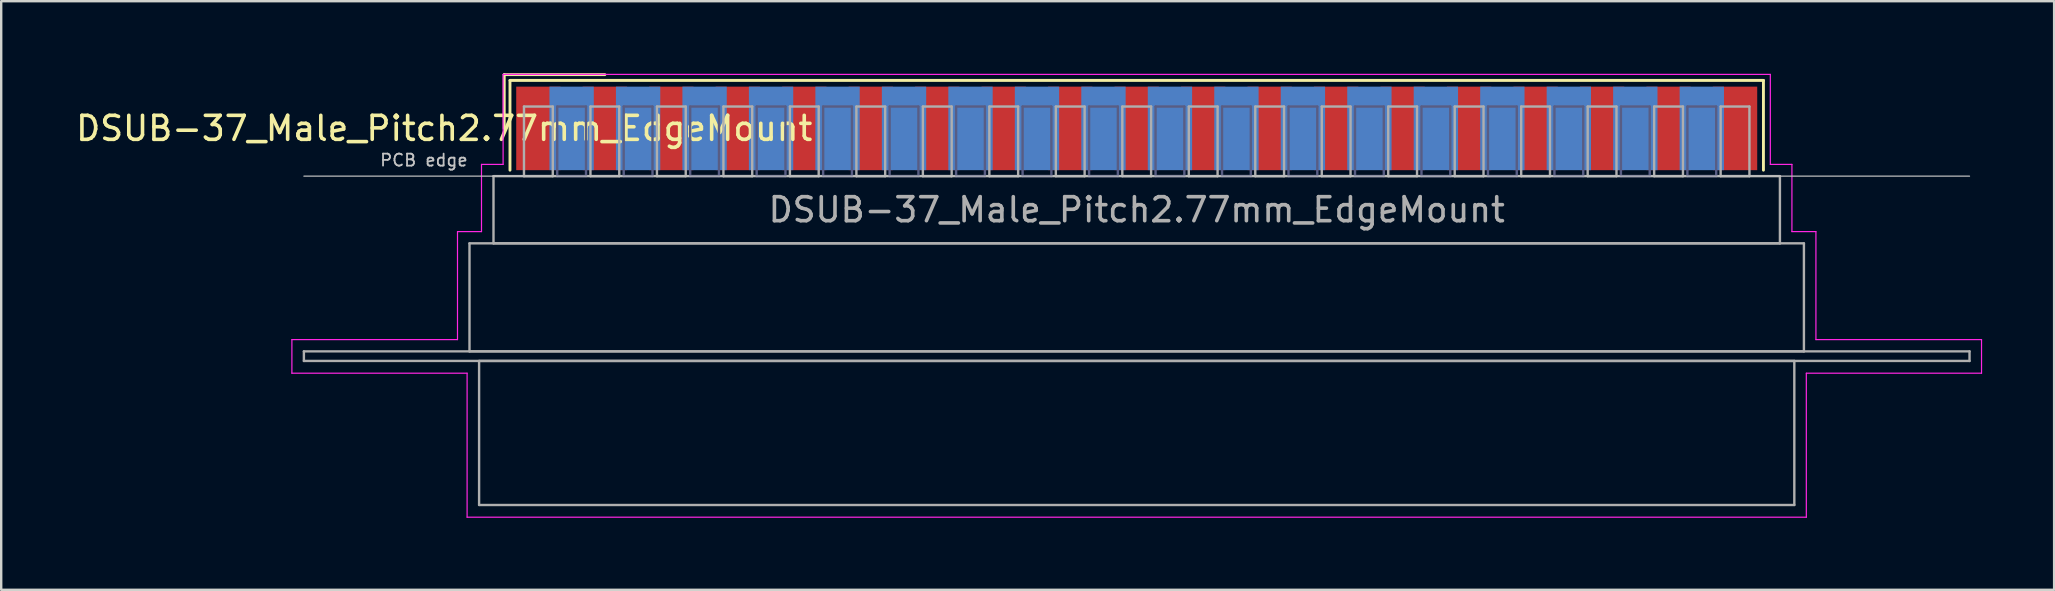
<source format=kicad_pcb>
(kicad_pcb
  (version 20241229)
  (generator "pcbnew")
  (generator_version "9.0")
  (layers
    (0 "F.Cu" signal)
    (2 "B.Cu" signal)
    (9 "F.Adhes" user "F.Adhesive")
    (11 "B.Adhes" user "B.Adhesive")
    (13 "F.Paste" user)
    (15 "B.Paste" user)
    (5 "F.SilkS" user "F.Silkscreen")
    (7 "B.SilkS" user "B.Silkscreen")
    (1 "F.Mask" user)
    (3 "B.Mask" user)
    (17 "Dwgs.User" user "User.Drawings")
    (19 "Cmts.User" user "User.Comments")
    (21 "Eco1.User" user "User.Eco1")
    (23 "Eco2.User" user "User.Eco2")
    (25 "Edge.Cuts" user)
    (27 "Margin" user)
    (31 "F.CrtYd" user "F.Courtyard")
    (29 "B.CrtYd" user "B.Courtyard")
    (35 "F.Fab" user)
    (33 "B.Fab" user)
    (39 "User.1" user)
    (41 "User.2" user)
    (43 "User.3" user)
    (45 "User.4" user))
  (footprint "DSUB-37_Male_Pitch2.77mm_EdgeMount"
    (layer "F.Cu")
    (at 44.312 2.3)
    (property "Reference" "DSUB-37_Male_Pitch2.77mm_EdgeMount" (at -28.853 0 0) (layer "F.SilkS") (effects (font (size 1 1) (thickness 0.15))))
    (attr smd)
    (fp_line (start -26.353 -2.24) (end -22.16 -2.24) (stroke (width 0.12) (type solid)) (layer "F.SilkS"))
    (fp_line (start -26.353 0) (end -26.353 -2.24) (stroke (width 0.12) (type solid)) (layer "F.SilkS"))
    (fp_line (start -26.113 -2) (end -26.113 1.74) (stroke (width 0.12) (type solid)) (layer "F.SilkS"))
    (fp_line (start 26.113 -2) (end -26.113 -2) (stroke (width 0.12) (type solid)) (layer "F.SilkS"))
    (fp_line (start 26.113 1.74) (end 26.113 -2) (stroke (width 0.12) (type solid)) (layer "F.SilkS"))
    (fp_line (start -34.7 1.99) (end 34.7 1.99) (stroke (width 0.05) (type solid)) (layer "Dwgs.User"))
    (fp_line (start -35.2 8.8) (end -28.3 8.8) (stroke (width 0.05) (type solid)) (layer "F.CrtYd"))
    (fp_line (start -35.2 10.2) (end -35.2 8.8) (stroke (width 0.05) (type solid)) (layer "F.CrtYd"))
    (fp_line (start -28.3 4.3) (end -27.3 4.3) (stroke (width 0.05) (type solid)) (layer "F.CrtYd"))
    (fp_line (start -28.3 8.8) (end -28.3 4.3) (stroke (width 0.05) (type solid)) (layer "F.CrtYd"))
    (fp_line (start -27.9 10.2) (end -35.2 10.2) (stroke (width 0.05) (type solid)) (layer "F.CrtYd"))
    (fp_line (start -27.9 16.2) (end -27.9 10.2) (stroke (width 0.05) (type solid)) (layer "F.CrtYd"))
    (fp_line (start -27.3 1.5) (end -26.4 1.5) (stroke (width 0.05) (type solid)) (layer "F.CrtYd"))
    (fp_line (start -27.3 4.3) (end -27.3 1.5) (stroke (width 0.05) (type solid)) (layer "F.CrtYd"))
    (fp_line (start -26.4 -2.25) (end 26.4 -2.25) (stroke (width 0.05) (type solid)) (layer "F.CrtYd"))
    (fp_line (start -26.4 1.5) (end -26.4 -2.25) (stroke (width 0.05) (type solid)) (layer "F.CrtYd"))
    (fp_line (start 26.4 -2.25) (end 26.4 1.5) (stroke (width 0.05) (type solid)) (layer "F.CrtYd"))
    (fp_line (start 26.4 1.5) (end 27.3 1.5) (stroke (width 0.05) (type solid)) (layer "F.CrtYd"))
    (fp_line (start 27.3 1.5) (end 27.3 4.3) (stroke (width 0.05) (type solid)) (layer "F.CrtYd"))
    (fp_line (start 27.3 4.3) (end 28.3 4.3) (stroke (width 0.05) (type solid)) (layer "F.CrtYd"))
    (fp_line (start 27.9 10.2) (end 27.9 16.2) (stroke (width 0.05) (type solid)) (layer "F.CrtYd"))
    (fp_line (start 27.9 16.2) (end -27.9 16.2) (stroke (width 0.05) (type solid)) (layer "F.CrtYd"))
    (fp_line (start 28.3 4.3) (end 28.3 8.8) (stroke (width 0.05) (type solid)) (layer "F.CrtYd"))
    (fp_line (start 28.3 8.8) (end 35.2 8.8) (stroke (width 0.05) (type solid)) (layer "F.CrtYd"))
    (fp_line (start 35.2 8.8) (end 35.2 10.2) (stroke (width 0.05) (type solid)) (layer "F.CrtYd"))
    (fp_line (start 35.2 10.2) (end 27.9 10.2) (stroke (width 0.05) (type solid)) (layer "F.CrtYd"))
    (fp_line (start -24.145 -0.91) (end -24.145 1.99) (stroke (width 0.1) (type solid)) (layer "B.Fab"))
    (fp_line (start -24.145 1.99) (end -22.945 1.99) (stroke (width 0.1) (type solid)) (layer "B.Fab"))
    (fp_line (start -22.945 -0.91) (end -24.145 -0.91) (stroke (width 0.1) (type solid)) (layer "B.Fab"))
    (fp_line (start -22.945 1.99) (end -22.945 -0.91) (stroke (width 0.1) (type solid)) (layer "B.Fab"))
    (fp_line (start -21.375 -0.91) (end -21.375 1.99) (stroke (width 0.1) (type solid)) (layer "B.Fab"))
    (fp_line (start -21.375 1.99) (end -20.175 1.99) (stroke (width 0.1) (type solid)) (layer "B.Fab"))
    (fp_line (start -20.175 -0.91) (end -21.375 -0.91) (stroke (width 0.1) (type solid)) (layer "B.Fab"))
    (fp_line (start -20.175 1.99) (end -20.175 -0.91) (stroke (width 0.1) (type solid)) (layer "B.Fab"))
    (fp_line (start -18.605 -0.91) (end -18.605 1.99) (stroke (width 0.1) (type solid)) (layer "B.Fab"))
    (fp_line (start -18.605 1.99) (end -17.405 1.99) (stroke (width 0.1) (type solid)) (layer "B.Fab"))
    (fp_line (start -17.405 -0.91) (end -18.605 -0.91) (stroke (width 0.1) (type solid)) (layer "B.Fab"))
    (fp_line (start -17.405 1.99) (end -17.405 -0.91) (stroke (width 0.1) (type solid)) (layer "B.Fab"))
    (fp_line (start -15.835 -0.91) (end -15.835 1.99) (stroke (width 0.1) (type solid)) (layer "B.Fab"))
    (fp_line (start -15.835 1.99) (end -14.635 1.99) (stroke (width 0.1) (type solid)) (layer "B.Fab"))
    (fp_line (start -14.635 -0.91) (end -15.835 -0.91) (stroke (width 0.1) (type solid)) (layer "B.Fab"))
    (fp_line (start -14.635 1.99) (end -14.635 -0.91) (stroke (width 0.1) (type solid)) (layer "B.Fab"))
    (fp_line (start -13.065 -0.91) (end -13.065 1.99) (stroke (width 0.1) (type solid)) (layer "B.Fab"))
    (fp_line (start -13.065 1.99) (end -11.865 1.99) (stroke (width 0.1) (type solid)) (layer "B.Fab"))
    (fp_line (start -11.865 -0.91) (end -13.065 -0.91) (stroke (width 0.1) (type solid)) (layer "B.Fab"))
    (fp_line (start -11.865 1.99) (end -11.865 -0.91) (stroke (width 0.1) (type solid)) (layer "B.Fab"))
    (fp_line (start -10.295 -0.91) (end -10.295 1.99) (stroke (width 0.1) (type solid)) (layer "B.Fab"))
    (fp_line (start -10.295 1.99) (end -9.095 1.99) (stroke (width 0.1) (type solid)) (layer "B.Fab"))
    (fp_line (start -9.095 -0.91) (end -10.295 -0.91) (stroke (width 0.1) (type solid)) (layer "B.Fab"))
    (fp_line (start -9.095 1.99) (end -9.095 -0.91) (stroke (width 0.1) (type solid)) (layer "B.Fab"))
    (fp_line (start -7.525 -0.91) (end -7.525 1.99) (stroke (width 0.1) (type solid)) (layer "B.Fab"))
    (fp_line (start -7.525 1.99) (end -6.325 1.99) (stroke (width 0.1) (type solid)) (layer "B.Fab"))
    (fp_line (start -6.325 -0.91) (end -7.525 -0.91) (stroke (width 0.1) (type solid)) (layer "B.Fab"))
    (fp_line (start -6.325 1.99) (end -6.325 -0.91) (stroke (width 0.1) (type solid)) (layer "B.Fab"))
    (fp_line (start -4.755 -0.91) (end -4.755 1.99) (stroke (width 0.1) (type solid)) (layer "B.Fab"))
    (fp_line (start -4.755 1.99) (end -3.555 1.99) (stroke (width 0.1) (type solid)) (layer "B.Fab"))
    (fp_line (start -3.555 -0.91) (end -4.755 -0.91) (stroke (width 0.1) (type solid)) (layer "B.Fab"))
    (fp_line (start -3.555 1.99) (end -3.555 -0.91) (stroke (width 0.1) (type solid)) (layer "B.Fab"))
    (fp_line (start -1.985 -0.91) (end -1.985 1.99) (stroke (width 0.1) (type solid)) (layer "B.Fab"))
    (fp_line (start -1.985 1.99) (end -0.785 1.99) (stroke (width 0.1) (type solid)) (layer "B.Fab"))
    (fp_line (start -0.785 -0.91) (end -1.985 -0.91) (stroke (width 0.1) (type solid)) (layer "B.Fab"))
    (fp_line (start -0.785 1.99) (end -0.785 -0.91) (stroke (width 0.1) (type solid)) (layer "B.Fab"))
    (fp_line (start 0.785 -0.91) (end 0.785 1.99) (stroke (width 0.1) (type solid)) (layer "B.Fab"))
    (fp_line (start 0.785 1.99) (end 1.985 1.99) (stroke (width 0.1) (type solid)) (layer "B.Fab"))
    (fp_line (start 1.985 -0.91) (end 0.785 -0.91) (stroke (width 0.1) (type solid)) (layer "B.Fab"))
    (fp_line (start 1.985 1.99) (end 1.985 -0.91) (stroke (width 0.1) (type solid)) (layer "B.Fab"))
    (fp_line (start 3.555 -0.91) (end 3.555 1.99) (stroke (width 0.1) (type solid)) (layer "B.Fab"))
    (fp_line (start 3.555 1.99) (end 4.755 1.99) (stroke (width 0.1) (type solid)) (layer "B.Fab"))
    (fp_line (start 4.755 -0.91) (end 3.555 -0.91) (stroke (width 0.1) (type solid)) (layer "B.Fab"))
    (fp_line (start 4.755 1.99) (end 4.755 -0.91) (stroke (width 0.1) (type solid)) (layer "B.Fab"))
    (fp_line (start 6.325 -0.91) (end 6.325 1.99) (stroke (width 0.1) (type solid)) (layer "B.Fab"))
    (fp_line (start 6.325 1.99) (end 7.525 1.99) (stroke (width 0.1) (type solid)) (layer "B.Fab"))
    (fp_line (start 7.525 -0.91) (end 6.325 -0.91) (stroke (width 0.1) (type solid)) (layer "B.Fab"))
    (fp_line (start 7.525 1.99) (end 7.525 -0.91) (stroke (width 0.1) (type solid)) (layer "B.Fab"))
    (fp_line (start 9.095 -0.91) (end 9.095 1.99) (stroke (width 0.1) (type solid)) (layer "B.Fab"))
    (fp_line (start 9.095 1.99) (end 10.295 1.99) (stroke (width 0.1) (type solid)) (layer "B.Fab"))
    (fp_line (start 10.295 -0.91) (end 9.095 -0.91) (stroke (width 0.1) (type solid)) (layer "B.Fab"))
    (fp_line (start 10.295 1.99) (end 10.295 -0.91) (stroke (width 0.1) (type solid)) (layer "B.Fab"))
    (fp_line (start 11.865 -0.91) (end 11.865 1.99) (stroke (width 0.1) (type solid)) (layer "B.Fab"))
    (fp_line (start 11.865 1.99) (end 13.065 1.99) (stroke (width 0.1) (type solid)) (layer "B.Fab"))
    (fp_line (start 13.065 -0.91) (end 11.865 -0.91) (stroke (width 0.1) (type solid)) (layer "B.Fab"))
    (fp_line (start 13.065 1.99) (end 13.065 -0.91) (stroke (width 0.1) (type solid)) (layer "B.Fab"))
    (fp_line (start 14.635 -0.91) (end 14.635 1.99) (stroke (width 0.1) (type solid)) (layer "B.Fab"))
    (fp_line (start 14.635 1.99) (end 15.835 1.99) (stroke (width 0.1) (type solid)) (layer "B.Fab"))
    (fp_line (start 15.835 -0.91) (end 14.635 -0.91) (stroke (width 0.1) (type solid)) (layer "B.Fab"))
    (fp_line (start 15.835 1.99) (end 15.835 -0.91) (stroke (width 0.1) (type solid)) (layer "B.Fab"))
    (fp_line (start 17.405 -0.91) (end 17.405 1.99) (stroke (width 0.1) (type solid)) (layer "B.Fab"))
    (fp_line (start 17.405 1.99) (end 18.605 1.99) (stroke (width 0.1) (type solid)) (layer "B.Fab"))
    (fp_line (start 18.605 -0.91) (end 17.405 -0.91) (stroke (width 0.1) (type solid)) (layer "B.Fab"))
    (fp_line (start 18.605 1.99) (end 18.605 -0.91) (stroke (width 0.1) (type solid)) (layer "B.Fab"))
    (fp_line (start 20.175 -0.91) (end 20.175 1.99) (stroke (width 0.1) (type solid)) (layer "B.Fab"))
    (fp_line (start 20.175 1.99) (end 21.375 1.99) (stroke (width 0.1) (type solid)) (layer "B.Fab"))
    (fp_line (start 21.375 -0.91) (end 20.175 -0.91) (stroke (width 0.1) (type solid)) (layer "B.Fab"))
    (fp_line (start 21.375 1.99) (end 21.375 -0.91) (stroke (width 0.1) (type solid)) (layer "B.Fab"))
    (fp_line (start 22.945 -0.91) (end 22.945 1.99) (stroke (width 0.1) (type solid)) (layer "B.Fab"))
    (fp_line (start 22.945 1.99) (end 24.145 1.99) (stroke (width 0.1) (type solid)) (layer "B.Fab"))
    (fp_line (start 24.145 -0.91) (end 22.945 -0.91) (stroke (width 0.1) (type solid)) (layer "B.Fab"))
    (fp_line (start 24.145 1.99) (end 24.145 -0.91) (stroke (width 0.1) (type solid)) (layer "B.Fab"))
    (fp_line (start -34.7 9.29) (end -34.7 9.69) (stroke (width 0.1) (type solid)) (layer "F.Fab"))
    (fp_line (start -34.7 9.69) (end 34.7 9.69) (stroke (width 0.1) (type solid)) (layer "F.Fab"))
    (fp_line (start -27.8 4.79) (end -27.8 9.29) (stroke (width 0.1) (type solid)) (layer "F.Fab"))
    (fp_line (start -27.8 9.29) (end 27.8 9.29) (stroke (width 0.1) (type solid)) (layer "F.Fab"))
    (fp_line (start -27.4 9.69) (end -27.4 15.69) (stroke (width 0.1) (type solid)) (layer "F.Fab"))
    (fp_line (start -27.4 15.69) (end 27.4 15.69) (stroke (width 0.1) (type solid)) (layer "F.Fab"))
    (fp_line (start -26.8 1.99) (end -26.8 4.79) (stroke (width 0.1) (type solid)) (layer "F.Fab"))
    (fp_line (start -26.8 4.79) (end 26.8 4.79) (stroke (width 0.1) (type solid)) (layer "F.Fab"))
    (fp_line (start -25.53 -0.91) (end -25.53 1.99) (stroke (width 0.1) (type solid)) (layer "F.Fab"))
    (fp_line (start -25.53 1.99) (end -24.33 1.99) (stroke (width 0.1) (type solid)) (layer "F.Fab"))
    (fp_line (start -24.33 -0.91) (end -25.53 -0.91) (stroke (width 0.1) (type solid)) (layer "F.Fab"))
    (fp_line (start -24.33 1.99) (end -24.33 -0.91) (stroke (width 0.1) (type solid)) (layer "F.Fab"))
    (fp_line (start -22.76 -0.91) (end -22.76 1.99) (stroke (width 0.1) (type solid)) (layer "F.Fab"))
    (fp_line (start -22.76 1.99) (end -21.56 1.99) (stroke (width 0.1) (type solid)) (layer "F.Fab"))
    (fp_line (start -21.56 -0.91) (end -22.76 -0.91) (stroke (width 0.1) (type solid)) (layer "F.Fab"))
    (fp_line (start -21.56 1.99) (end -21.56 -0.91) (stroke (width 0.1) (type solid)) (layer "F.Fab"))
    (fp_line (start -19.99 -0.91) (end -19.99 1.99) (stroke (width 0.1) (type solid)) (layer "F.Fab"))
    (fp_line (start -19.99 1.99) (end -18.79 1.99) (stroke (width 0.1) (type solid)) (layer "F.Fab"))
    (fp_line (start -18.79 -0.91) (end -19.99 -0.91) (stroke (width 0.1) (type solid)) (layer "F.Fab"))
    (fp_line (start -18.79 1.99) (end -18.79 -0.91) (stroke (width 0.1) (type solid)) (layer "F.Fab"))
    (fp_line (start -17.22 -0.91) (end -17.22 1.99) (stroke (width 0.1) (type solid)) (layer "F.Fab"))
    (fp_line (start -17.22 1.99) (end -16.02 1.99) (stroke (width 0.1) (type solid)) (layer "F.Fab"))
    (fp_line (start -16.02 -0.91) (end -17.22 -0.91) (stroke (width 0.1) (type solid)) (layer "F.Fab"))
    (fp_line (start -16.02 1.99) (end -16.02 -0.91) (stroke (width 0.1) (type solid)) (layer "F.Fab"))
    (fp_line (start -14.45 -0.91) (end -14.45 1.99) (stroke (width 0.1) (type solid)) (layer "F.Fab"))
    (fp_line (start -14.45 1.99) (end -13.25 1.99) (stroke (width 0.1) (type solid)) (layer "F.Fab"))
    (fp_line (start -13.25 -0.91) (end -14.45 -0.91) (stroke (width 0.1) (type solid)) (layer "F.Fab"))
    (fp_line (start -13.25 1.99) (end -13.25 -0.91) (stroke (width 0.1) (type solid)) (layer "F.Fab"))
    (fp_line (start -11.68 -0.91) (end -11.68 1.99) (stroke (width 0.1) (type solid)) (layer "F.Fab"))
    (fp_line (start -11.68 1.99) (end -10.48 1.99) (stroke (width 0.1) (type solid)) (layer "F.Fab"))
    (fp_line (start -10.48 -0.91) (end -11.68 -0.91) (stroke (width 0.1) (type solid)) (layer "F.Fab"))
    (fp_line (start -10.48 1.99) (end -10.48 -0.91) (stroke (width 0.1) (type solid)) (layer "F.Fab"))
    (fp_line (start -8.91 -0.91) (end -8.91 1.99) (stroke (width 0.1) (type solid)) (layer "F.Fab"))
    (fp_line (start -8.91 1.99) (end -7.71 1.99) (stroke (width 0.1) (type solid)) (layer "F.Fab"))
    (fp_line (start -7.71 -0.91) (end -8.91 -0.91) (stroke (width 0.1) (type solid)) (layer "F.Fab"))
    (fp_line (start -7.71 1.99) (end -7.71 -0.91) (stroke (width 0.1) (type solid)) (layer "F.Fab"))
    (fp_line (start -6.14 -0.91) (end -6.14 1.99) (stroke (width 0.1) (type solid)) (layer "F.Fab"))
    (fp_line (start -6.14 1.99) (end -4.94 1.99) (stroke (width 0.1) (type solid)) (layer "F.Fab"))
    (fp_line (start -4.94 -0.91) (end -6.14 -0.91) (stroke (width 0.1) (type solid)) (layer "F.Fab"))
    (fp_line (start -4.94 1.99) (end -4.94 -0.91) (stroke (width 0.1) (type solid)) (layer "F.Fab"))
    (fp_line (start -3.37 -0.91) (end -3.37 1.99) (stroke (width 0.1) (type solid)) (layer "F.Fab"))
    (fp_line (start -3.37 1.99) (end -2.17 1.99) (stroke (width 0.1) (type solid)) (layer "F.Fab"))
    (fp_line (start -2.17 -0.91) (end -3.37 -0.91) (stroke (width 0.1) (type solid)) (layer "F.Fab"))
    (fp_line (start -2.17 1.99) (end -2.17 -0.91) (stroke (width 0.1) (type solid)) (layer "F.Fab"))
    (fp_line (start -0.6 -0.91) (end -0.6 1.99) (stroke (width 0.1) (type solid)) (layer "F.Fab"))
    (fp_line (start -0.6 1.99) (end 0.6 1.99) (stroke (width 0.1) (type solid)) (layer "F.Fab"))
    (fp_line (start 0.6 -0.91) (end -0.6 -0.91) (stroke (width 0.1) (type solid)) (layer "F.Fab"))
    (fp_line (start 0.6 1.99) (end 0.6 -0.91) (stroke (width 0.1) (type solid)) (layer "F.Fab"))
    (fp_line (start 2.17 -0.91) (end 2.17 1.99) (stroke (width 0.1) (type solid)) (layer "F.Fab"))
    (fp_line (start 2.17 1.99) (end 3.37 1.99) (stroke (width 0.1) (type solid)) (layer "F.Fab"))
    (fp_line (start 3.37 -0.91) (end 2.17 -0.91) (stroke (width 0.1) (type solid)) (layer "F.Fab"))
    (fp_line (start 3.37 1.99) (end 3.37 -0.91) (stroke (width 0.1) (type solid)) (layer "F.Fab"))
    (fp_line (start 4.94 -0.91) (end 4.94 1.99) (stroke (width 0.1) (type solid)) (layer "F.Fab"))
    (fp_line (start 4.94 1.99) (end 6.14 1.99) (stroke (width 0.1) (type solid)) (layer "F.Fab"))
    (fp_line (start 6.14 -0.91) (end 4.94 -0.91) (stroke (width 0.1) (type solid)) (layer "F.Fab"))
    (fp_line (start 6.14 1.99) (end 6.14 -0.91) (stroke (width 0.1) (type solid)) (layer "F.Fab"))
    (fp_line (start 7.71 -0.91) (end 7.71 1.99) (stroke (width 0.1) (type solid)) (layer "F.Fab"))
    (fp_line (start 7.71 1.99) (end 8.91 1.99) (stroke (width 0.1) (type solid)) (layer "F.Fab"))
    (fp_line (start 8.91 -0.91) (end 7.71 -0.91) (stroke (width 0.1) (type solid)) (layer "F.Fab"))
    (fp_line (start 8.91 1.99) (end 8.91 -0.91) (stroke (width 0.1) (type solid)) (layer "F.Fab"))
    (fp_line (start 10.48 -0.91) (end 10.48 1.99) (stroke (width 0.1) (type solid)) (layer "F.Fab"))
    (fp_line (start 10.48 1.99) (end 11.68 1.99) (stroke (width 0.1) (type solid)) (layer "F.Fab"))
    (fp_line (start 11.68 -0.91) (end 10.48 -0.91) (stroke (width 0.1) (type solid)) (layer "F.Fab"))
    (fp_line (start 11.68 1.99) (end 11.68 -0.91) (stroke (width 0.1) (type solid)) (layer "F.Fab"))
    (fp_line (start 13.25 -0.91) (end 13.25 1.99) (stroke (width 0.1) (type solid)) (layer "F.Fab"))
    (fp_line (start 13.25 1.99) (end 14.45 1.99) (stroke (width 0.1) (type solid)) (layer "F.Fab"))
    (fp_line (start 14.45 -0.91) (end 13.25 -0.91) (stroke (width 0.1) (type solid)) (layer "F.Fab"))
    (fp_line (start 14.45 1.99) (end 14.45 -0.91) (stroke (width 0.1) (type solid)) (layer "F.Fab"))
    (fp_line (start 16.02 -0.91) (end 16.02 1.99) (stroke (width 0.1) (type solid)) (layer "F.Fab"))
    (fp_line (start 16.02 1.99) (end 17.22 1.99) (stroke (width 0.1) (type solid)) (layer "F.Fab"))
    (fp_line (start 17.22 -0.91) (end 16.02 -0.91) (stroke (width 0.1) (type solid)) (layer "F.Fab"))
    (fp_line (start 17.22 1.99) (end 17.22 -0.91) (stroke (width 0.1) (type solid)) (layer "F.Fab"))
    (fp_line (start 18.79 -0.91) (end 18.79 1.99) (stroke (width 0.1) (type solid)) (layer "F.Fab"))
    (fp_line (start 18.79 1.99) (end 19.99 1.99) (stroke (width 0.1) (type solid)) (layer "F.Fab"))
    (fp_line (start 19.99 -0.91) (end 18.79 -0.91) (stroke (width 0.1) (type solid)) (layer "F.Fab"))
    (fp_line (start 19.99 1.99) (end 19.99 -0.91) (stroke (width 0.1) (type solid)) (layer "F.Fab"))
    (fp_line (start 21.56 -0.91) (end 21.56 1.99) (stroke (width 0.1) (type solid)) (layer "F.Fab"))
    (fp_line (start 21.56 1.99) (end 22.76 1.99) (stroke (width 0.1) (type solid)) (layer "F.Fab"))
    (fp_line (start 22.76 -0.91) (end 21.56 -0.91) (stroke (width 0.1) (type solid)) (layer "F.Fab"))
    (fp_line (start 22.76 1.99) (end 22.76 -0.91) (stroke (width 0.1) (type solid)) (layer "F.Fab"))
    (fp_line (start 24.33 -0.91) (end 24.33 1.99) (stroke (width 0.1) (type solid)) (layer "F.Fab"))
    (fp_line (start 24.33 1.99) (end 25.53 1.99) (stroke (width 0.1) (type solid)) (layer "F.Fab"))
    (fp_line (start 25.53 -0.91) (end 24.33 -0.91) (stroke (width 0.1) (type solid)) (layer "F.Fab"))
    (fp_line (start 25.53 1.99) (end 25.53 -0.91) (stroke (width 0.1) (type solid)) (layer "F.Fab"))
    (fp_line (start 26.8 1.99) (end -26.8 1.99) (stroke (width 0.1) (type solid)) (layer "F.Fab"))
    (fp_line (start 26.8 4.79) (end 26.8 1.99) (stroke (width 0.1) (type solid)) (layer "F.Fab"))
    (fp_line (start 27.4 9.69) (end -27.4 9.69) (stroke (width 0.1) (type solid)) (layer "F.Fab"))
    (fp_line (start 27.4 15.69) (end 27.4 9.69) (stroke (width 0.1) (type solid)) (layer "F.Fab"))
    (fp_line (start 27.8 4.79) (end -27.8 4.79) (stroke (width 0.1) (type solid)) (layer "F.Fab"))
    (fp_line (start 27.8 9.29) (end 27.8 4.79) (stroke (width 0.1) (type solid)) (layer "F.Fab"))
    (fp_line (start 34.7 9.29) (end -34.7 9.29) (stroke (width 0.1) (type solid)) (layer "F.Fab"))
    (fp_line (start 34.7 9.69) (end 34.7 9.29) (stroke (width 0.1) (type solid)) (layer "F.Fab"))
    (fp_text user "PCB edge" (at -29.7 1.323 0) (layer "Dwgs.User") (effects (font (size 0.5 0.5) (thickness 0.075))))
    (fp_text user "${REFERENCE}" (at 0 3.39 0) (layer "F.Fab") (effects (font (size 1 1) (thickness 0.15))))
    (pad "1" smd rect (at -24.93 0) (size 1.847 3.48) (layers "F.Cu" "F.Mask" "F.Paste"))
    (pad "2" smd rect (at -22.16 0) (size 1.847 3.48) (layers "F.Cu" "F.Mask" "F.Paste"))
    (pad "3" smd rect (at -19.39 0) (size 1.847 3.48) (layers "F.Cu" "F.Mask" "F.Paste"))
    (pad "4" smd rect (at -16.62 0) (size 1.847 3.48) (layers "F.Cu" "F.Mask" "F.Paste"))
    (pad "5" smd rect (at -13.85 0) (size 1.847 3.48) (layers "F.Cu" "F.Mask" "F.Paste"))
    (pad "6" smd rect (at -11.08 0) (size 1.847 3.48) (layers "F.Cu" "F.Mask" "F.Paste"))
    (pad "7" smd rect (at -8.31 0) (size 1.847 3.48) (layers "F.Cu" "F.Mask" "F.Paste"))
    (pad "8" smd rect (at -5.54 0) (size 1.847 3.48) (layers "F.Cu" "F.Mask" "F.Paste"))
    (pad "9" smd rect (at -2.77 0) (size 1.847 3.48) (layers "F.Cu" "F.Mask" "F.Paste"))
    (pad "10" smd rect (at 0 0) (size 1.847 3.48) (layers "F.Cu" "F.Mask" "F.Paste"))
    (pad "11" smd rect (at 2.77 0) (size 1.847 3.48) (layers "F.Cu" "F.Mask" "F.Paste"))
    (pad "12" smd rect (at 5.54 0) (size 1.847 3.48) (layers "F.Cu" "F.Mask" "F.Paste"))
    (pad "13" smd rect (at 8.31 0) (size 1.847 3.48) (layers "F.Cu" "F.Mask" "F.Paste"))
    (pad "14" smd rect (at 11.08 0) (size 1.847 3.48) (layers "F.Cu" "F.Mask" "F.Paste"))
    (pad "15" smd rect (at 13.85 0) (size 1.847 3.48) (layers "F.Cu" "F.Mask" "F.Paste"))
    (pad "16" smd rect (at 16.62 0) (size 1.847 3.48) (layers "F.Cu" "F.Mask" "F.Paste"))
    (pad "17" smd rect (at 19.39 0) (size 1.847 3.48) (layers "F.Cu" "F.Mask" "F.Paste"))
    (pad "18" smd rect (at 22.16 0) (size 1.847 3.48) (layers "F.Cu" "F.Mask" "F.Paste"))
    (pad "19" smd rect (at 24.93 0) (size 1.847 3.48) (layers "F.Cu" "F.Mask" "F.Paste"))
    (pad "20" smd rect (at -23.545 0) (size 1.847 3.48) (layers "B.Cu" "B.Mask" "B.Paste"))
    (pad "21" smd rect (at -20.775 0) (size 1.847 3.48) (layers "B.Cu" "B.Mask" "B.Paste"))
    (pad "22" smd rect (at -18.005 0) (size 1.847 3.48) (layers "B.Cu" "B.Mask" "B.Paste"))
    (pad "23" smd rect (at -15.235 0) (size 1.847 3.48) (layers "B.Cu" "B.Mask" "B.Paste"))
    (pad "24" smd rect (at -12.465 0) (size 1.847 3.48) (layers "B.Cu" "B.Mask" "B.Paste"))
    (pad "25" smd rect (at -9.695 0) (size 1.847 3.48) (layers "B.Cu" "B.Mask" "B.Paste"))
    (pad "26" smd rect (at -6.925 0) (size 1.847 3.48) (layers "B.Cu" "B.Mask" "B.Paste"))
    (pad "27" smd rect (at -4.155 0) (size 1.847 3.48) (layers "B.Cu" "B.Mask" "B.Paste"))
    (pad "28" smd rect (at -1.385 0) (size 1.847 3.48) (layers "B.Cu" "B.Mask" "B.Paste"))
    (pad "29" smd rect (at 1.385 0) (size 1.847 3.48) (layers "B.Cu" "B.Mask" "B.Paste"))
    (pad "30" smd rect (at 4.155 0) (size 1.847 3.48) (layers "B.Cu" "B.Mask" "B.Paste"))
    (pad "31" smd rect (at 6.925 0) (size 1.847 3.48) (layers "B.Cu" "B.Mask" "B.Paste"))
    (pad "32" smd rect (at 9.695 0) (size 1.847 3.48) (layers "B.Cu" "B.Mask" "B.Paste"))
    (pad "33" smd rect (at 12.465 0) (size 1.847 3.48) (layers "B.Cu" "B.Mask" "B.Paste"))
    (pad "34" smd rect (at 15.235 0) (size 1.847 3.48) (layers "B.Cu" "B.Mask" "B.Paste"))
    (pad "35" smd rect (at 18.005 0) (size 1.847 3.48) (layers "B.Cu" "B.Mask" "B.Paste"))
    (pad "36" smd rect (at 20.775 0) (size 1.847 3.48) (layers "B.Cu" "B.Mask" "B.Paste"))
    (pad "37" smd rect (at 23.545 0) (size 1.847 3.48) (layers "B.Cu" "B.Mask" "B.Paste")))
  (gr_rect
    (start -3 -3)
    (end 82.537 21.525)
    (stroke (width 0.1) (type default))
    (fill no)
    (layer "Edge.Cuts")))
</source>
